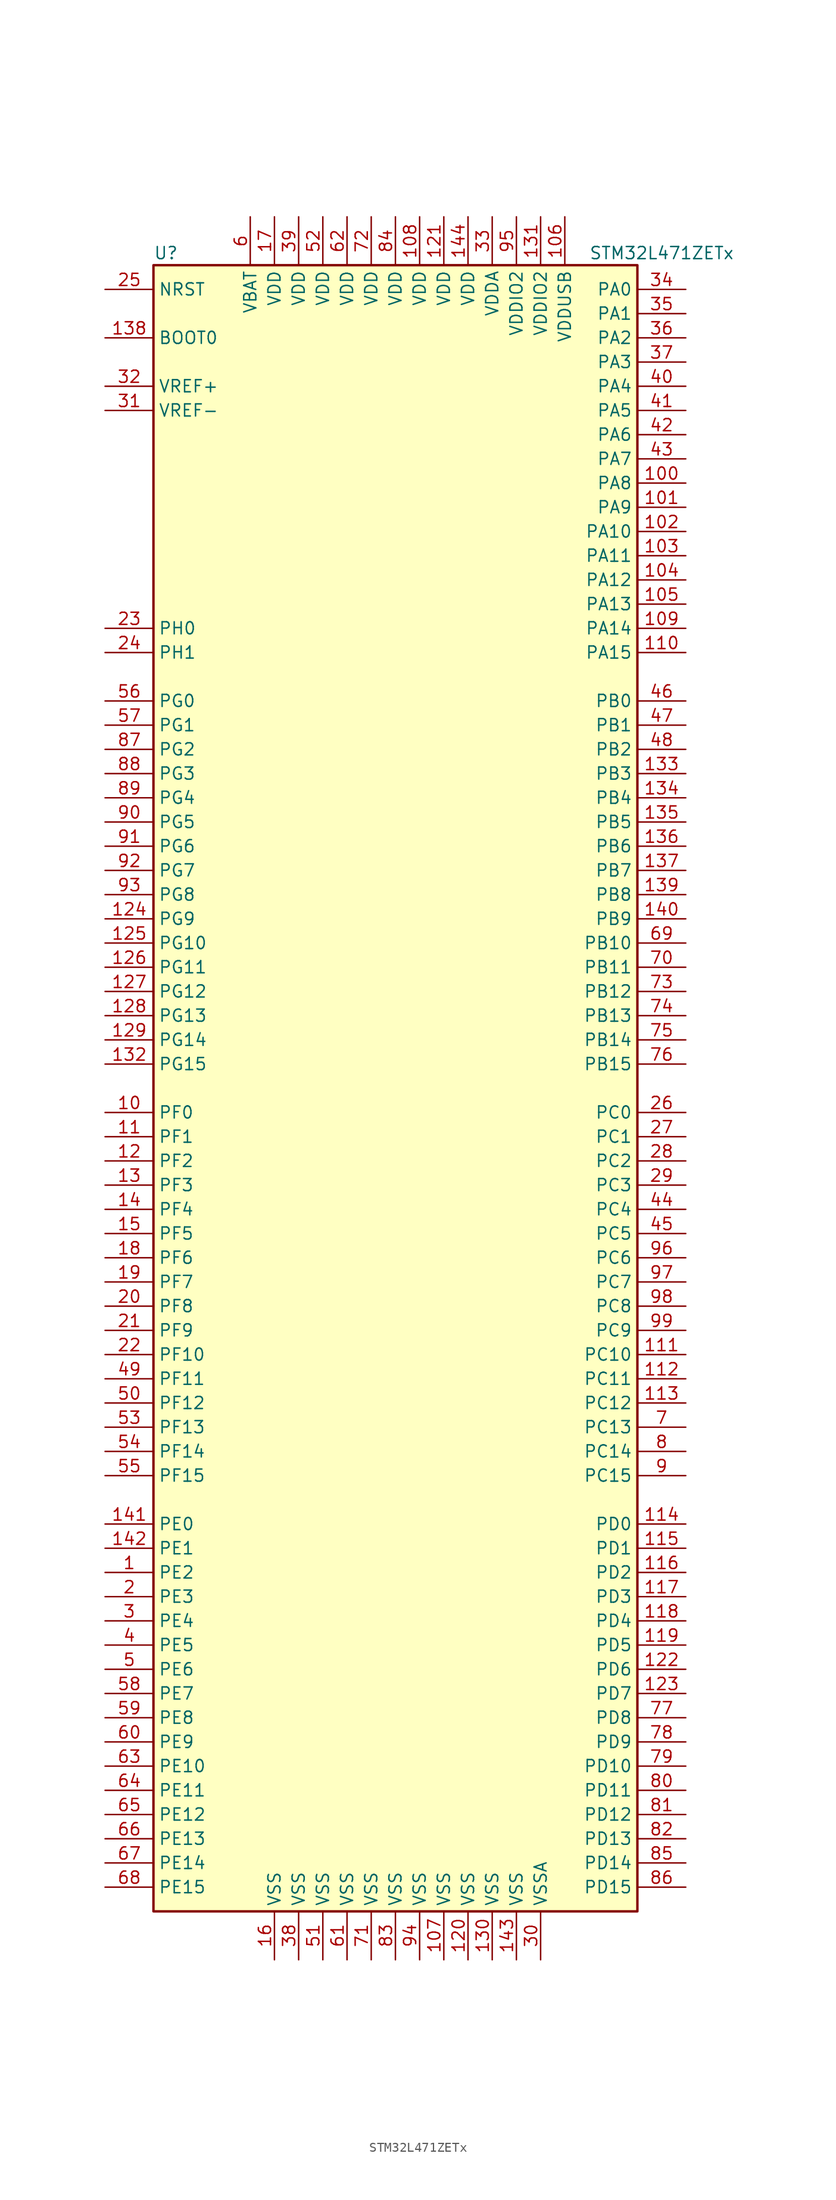
<source format=kicad_sym>
(kicad_symbol_lib
  (version 20201005)
  (generator kicad_symbol_editor)
  (symbol "STM32L471ZETx"
    (property "Reference" "U"
      (at -25.4 87.63 0)
      (effects (font (size 1.27 1.27)) (justify left)))
    (property "Value" "STM32L471ZETx"
      (at 20.32 87.63 0)
      (effects (font (size 1.27 1.27)) (justify left)))
    (symbol "STM32L471ZETx_0_1"
      (rectangle (start -25.4 -86.36) (end 25.4 86.36) (stroke (width 0.254)) (fill (type background))))
    (symbol "STM32L471ZETx_1_1"
      (pin input line (at -30.48 78.74 0) (length 5.08) (name "BOOT0" (effects (font (size 1.27 1.27)))) (number "138" (effects (font (size 1.27 1.27)))))
      (pin input line (at -30.48 83.82 0) (length 5.08) (name "NRST" (effects (font (size 1.27 1.27)))) (number "25" (effects (font (size 1.27 1.27)))))
      (pin bidirectional line (at 30.48 83.82 180) (length 5.08) (name "PA0" (effects (font (size 1.27 1.27)))) (number "34" (effects (font (size 1.27 1.27)))))
      (pin bidirectional line (at 30.48 81.28 180) (length 5.08) (name "PA1" (effects (font (size 1.27 1.27)))) (number "35" (effects (font (size 1.27 1.27)))))
      (pin bidirectional line (at 30.48 58.42 180) (length 5.08) (name "PA10" (effects (font (size 1.27 1.27)))) (number "102" (effects (font (size 1.27 1.27)))))
      (pin bidirectional line (at 30.48 55.88 180) (length 5.08) (name "PA11" (effects (font (size 1.27 1.27)))) (number "103" (effects (font (size 1.27 1.27)))))
      (pin bidirectional line (at 30.48 53.34 180) (length 5.08) (name "PA12" (effects (font (size 1.27 1.27)))) (number "104" (effects (font (size 1.27 1.27)))))
      (pin bidirectional line (at 30.48 50.8 180) (length 5.08) (name "PA13" (effects (font (size 1.27 1.27)))) (number "105" (effects (font (size 1.27 1.27)))))
      (pin bidirectional line (at 30.48 48.26 180) (length 5.08) (name "PA14" (effects (font (size 1.27 1.27)))) (number "109" (effects (font (size 1.27 1.27)))))
      (pin bidirectional line (at 30.48 45.72 180) (length 5.08) (name "PA15" (effects (font (size 1.27 1.27)))) (number "110" (effects (font (size 1.27 1.27)))))
      (pin bidirectional line (at 30.48 78.74 180) (length 5.08) (name "PA2" (effects (font (size 1.27 1.27)))) (number "36" (effects (font (size 1.27 1.27)))))
      (pin bidirectional line (at 30.48 76.2 180) (length 5.08) (name "PA3" (effects (font (size 1.27 1.27)))) (number "37" (effects (font (size 1.27 1.27)))))
      (pin bidirectional line (at 30.48 73.66 180) (length 5.08) (name "PA4" (effects (font (size 1.27 1.27)))) (number "40" (effects (font (size 1.27 1.27)))))
      (pin bidirectional line (at 30.48 71.12 180) (length 5.08) (name "PA5" (effects (font (size 1.27 1.27)))) (number "41" (effects (font (size 1.27 1.27)))))
      (pin bidirectional line (at 30.48 68.58 180) (length 5.08) (name "PA6" (effects (font (size 1.27 1.27)))) (number "42" (effects (font (size 1.27 1.27)))))
      (pin bidirectional line (at 30.48 66.04 180) (length 5.08) (name "PA7" (effects (font (size 1.27 1.27)))) (number "43" (effects (font (size 1.27 1.27)))))
      (pin bidirectional line (at 30.48 63.5 180) (length 5.08) (name "PA8" (effects (font (size 1.27 1.27)))) (number "100" (effects (font (size 1.27 1.27)))))
      (pin bidirectional line (at 30.48 60.96 180) (length 5.08) (name "PA9" (effects (font (size 1.27 1.27)))) (number "101" (effects (font (size 1.27 1.27)))))
      (pin bidirectional line (at 30.48 40.64 180) (length 5.08) (name "PB0" (effects (font (size 1.27 1.27)))) (number "46" (effects (font (size 1.27 1.27)))))
      (pin bidirectional line (at 30.48 38.1 180) (length 5.08) (name "PB1" (effects (font (size 1.27 1.27)))) (number "47" (effects (font (size 1.27 1.27)))))
      (pin bidirectional line (at 30.48 15.24 180) (length 5.08) (name "PB10" (effects (font (size 1.27 1.27)))) (number "69" (effects (font (size 1.27 1.27)))))
      (pin bidirectional line (at 30.48 12.7 180) (length 5.08) (name "PB11" (effects (font (size 1.27 1.27)))) (number "70" (effects (font (size 1.27 1.27)))))
      (pin bidirectional line (at 30.48 10.16 180) (length 5.08) (name "PB12" (effects (font (size 1.27 1.27)))) (number "73" (effects (font (size 1.27 1.27)))))
      (pin bidirectional line (at 30.48 7.62 180) (length 5.08) (name "PB13" (effects (font (size 1.27 1.27)))) (number "74" (effects (font (size 1.27 1.27)))))
      (pin bidirectional line (at 30.48 5.08 180) (length 5.08) (name "PB14" (effects (font (size 1.27 1.27)))) (number "75" (effects (font (size 1.27 1.27)))))
      (pin bidirectional line (at 30.48 2.54 180) (length 5.08) (name "PB15" (effects (font (size 1.27 1.27)))) (number "76" (effects (font (size 1.27 1.27)))))
      (pin bidirectional line (at 30.48 35.56 180) (length 5.08) (name "PB2" (effects (font (size 1.27 1.27)))) (number "48" (effects (font (size 1.27 1.27)))))
      (pin bidirectional line (at 30.48 33.02 180) (length 5.08) (name "PB3" (effects (font (size 1.27 1.27)))) (number "133" (effects (font (size 1.27 1.27)))))
      (pin bidirectional line (at 30.48 30.48 180) (length 5.08) (name "PB4" (effects (font (size 1.27 1.27)))) (number "134" (effects (font (size 1.27 1.27)))))
      (pin bidirectional line (at 30.48 27.94 180) (length 5.08) (name "PB5" (effects (font (size 1.27 1.27)))) (number "135" (effects (font (size 1.27 1.27)))))
      (pin bidirectional line (at 30.48 25.4 180) (length 5.08) (name "PB6" (effects (font (size 1.27 1.27)))) (number "136" (effects (font (size 1.27 1.27)))))
      (pin bidirectional line (at 30.48 22.86 180) (length 5.08) (name "PB7" (effects (font (size 1.27 1.27)))) (number "137" (effects (font (size 1.27 1.27)))))
      (pin bidirectional line (at 30.48 20.32 180) (length 5.08) (name "PB8" (effects (font (size 1.27 1.27)))) (number "139" (effects (font (size 1.27 1.27)))))
      (pin bidirectional line (at 30.48 17.78 180) (length 5.08) (name "PB9" (effects (font (size 1.27 1.27)))) (number "140" (effects (font (size 1.27 1.27)))))
      (pin bidirectional line (at 30.48 -2.54 180) (length 5.08) (name "PC0" (effects (font (size 1.27 1.27)))) (number "26" (effects (font (size 1.27 1.27)))))
      (pin bidirectional line (at 30.48 -5.08 180) (length 5.08) (name "PC1" (effects (font (size 1.27 1.27)))) (number "27" (effects (font (size 1.27 1.27)))))
      (pin bidirectional line (at 30.48 -27.94 180) (length 5.08) (name "PC10" (effects (font (size 1.27 1.27)))) (number "111" (effects (font (size 1.27 1.27)))))
      (pin bidirectional line (at 30.48 -30.48 180) (length 5.08) (name "PC11" (effects (font (size 1.27 1.27)))) (number "112" (effects (font (size 1.27 1.27)))))
      (pin bidirectional line (at 30.48 -33.02 180) (length 5.08) (name "PC12" (effects (font (size 1.27 1.27)))) (number "113" (effects (font (size 1.27 1.27)))))
      (pin bidirectional line (at 30.48 -35.56 180) (length 5.08) (name "PC13" (effects (font (size 1.27 1.27)))) (number "7" (effects (font (size 1.27 1.27)))))
      (pin bidirectional line (at 30.48 -38.1 180) (length 5.08) (name "PC14" (effects (font (size 1.27 1.27)))) (number "8" (effects (font (size 1.27 1.27)))))
      (pin bidirectional line (at 30.48 -40.64 180) (length 5.08) (name "PC15" (effects (font (size 1.27 1.27)))) (number "9" (effects (font (size 1.27 1.27)))))
      (pin bidirectional line (at 30.48 -7.62 180) (length 5.08) (name "PC2" (effects (font (size 1.27 1.27)))) (number "28" (effects (font (size 1.27 1.27)))))
      (pin bidirectional line (at 30.48 -10.16 180) (length 5.08) (name "PC3" (effects (font (size 1.27 1.27)))) (number "29" (effects (font (size 1.27 1.27)))))
      (pin bidirectional line (at 30.48 -12.7 180) (length 5.08) (name "PC4" (effects (font (size 1.27 1.27)))) (number "44" (effects (font (size 1.27 1.27)))))
      (pin bidirectional line (at 30.48 -15.24 180) (length 5.08) (name "PC5" (effects (font (size 1.27 1.27)))) (number "45" (effects (font (size 1.27 1.27)))))
      (pin bidirectional line (at 30.48 -17.78 180) (length 5.08) (name "PC6" (effects (font (size 1.27 1.27)))) (number "96" (effects (font (size 1.27 1.27)))))
      (pin bidirectional line (at 30.48 -20.32 180) (length 5.08) (name "PC7" (effects (font (size 1.27 1.27)))) (number "97" (effects (font (size 1.27 1.27)))))
      (pin bidirectional line (at 30.48 -22.86 180) (length 5.08) (name "PC8" (effects (font (size 1.27 1.27)))) (number "98" (effects (font (size 1.27 1.27)))))
      (pin bidirectional line (at 30.48 -25.4 180) (length 5.08) (name "PC9" (effects (font (size 1.27 1.27)))) (number "99" (effects (font (size 1.27 1.27)))))
      (pin bidirectional line (at 30.48 -45.72 180) (length 5.08) (name "PD0" (effects (font (size 1.27 1.27)))) (number "114" (effects (font (size 1.27 1.27)))))
      (pin bidirectional line (at 30.48 -48.26 180) (length 5.08) (name "PD1" (effects (font (size 1.27 1.27)))) (number "115" (effects (font (size 1.27 1.27)))))
      (pin bidirectional line (at 30.48 -71.12 180) (length 5.08) (name "PD10" (effects (font (size 1.27 1.27)))) (number "79" (effects (font (size 1.27 1.27)))))
      (pin bidirectional line (at 30.48 -73.66 180) (length 5.08) (name "PD11" (effects (font (size 1.27 1.27)))) (number "80" (effects (font (size 1.27 1.27)))))
      (pin bidirectional line (at 30.48 -76.2 180) (length 5.08) (name "PD12" (effects (font (size 1.27 1.27)))) (number "81" (effects (font (size 1.27 1.27)))))
      (pin bidirectional line (at 30.48 -78.74 180) (length 5.08) (name "PD13" (effects (font (size 1.27 1.27)))) (number "82" (effects (font (size 1.27 1.27)))))
      (pin bidirectional line (at 30.48 -81.28 180) (length 5.08) (name "PD14" (effects (font (size 1.27 1.27)))) (number "85" (effects (font (size 1.27 1.27)))))
      (pin bidirectional line (at 30.48 -83.82 180) (length 5.08) (name "PD15" (effects (font (size 1.27 1.27)))) (number "86" (effects (font (size 1.27 1.27)))))
      (pin bidirectional line (at 30.48 -50.8 180) (length 5.08) (name "PD2" (effects (font (size 1.27 1.27)))) (number "116" (effects (font (size 1.27 1.27)))))
      (pin bidirectional line (at 30.48 -53.34 180) (length 5.08) (name "PD3" (effects (font (size 1.27 1.27)))) (number "117" (effects (font (size 1.27 1.27)))))
      (pin bidirectional line (at 30.48 -55.88 180) (length 5.08) (name "PD4" (effects (font (size 1.27 1.27)))) (number "118" (effects (font (size 1.27 1.27)))))
      (pin bidirectional line (at 30.48 -58.42 180) (length 5.08) (name "PD5" (effects (font (size 1.27 1.27)))) (number "119" (effects (font (size 1.27 1.27)))))
      (pin bidirectional line (at 30.48 -60.96 180) (length 5.08) (name "PD6" (effects (font (size 1.27 1.27)))) (number "122" (effects (font (size 1.27 1.27)))))
      (pin bidirectional line (at 30.48 -63.5 180) (length 5.08) (name "PD7" (effects (font (size 1.27 1.27)))) (number "123" (effects (font (size 1.27 1.27)))))
      (pin bidirectional line (at 30.48 -66.04 180) (length 5.08) (name "PD8" (effects (font (size 1.27 1.27)))) (number "77" (effects (font (size 1.27 1.27)))))
      (pin bidirectional line (at 30.48 -68.58 180) (length 5.08) (name "PD9" (effects (font (size 1.27 1.27)))) (number "78" (effects (font (size 1.27 1.27)))))
      (pin bidirectional line (at -30.48 -45.72 0) (length 5.08) (name "PE0" (effects (font (size 1.27 1.27)))) (number "141" (effects (font (size 1.27 1.27)))))
      (pin bidirectional line (at -30.48 -48.26 0) (length 5.08) (name "PE1" (effects (font (size 1.27 1.27)))) (number "142" (effects (font (size 1.27 1.27)))))
      (pin bidirectional line (at -30.48 -71.12 0) (length 5.08) (name "PE10" (effects (font (size 1.27 1.27)))) (number "63" (effects (font (size 1.27 1.27)))))
      (pin bidirectional line (at -30.48 -73.66 0) (length 5.08) (name "PE11" (effects (font (size 1.27 1.27)))) (number "64" (effects (font (size 1.27 1.27)))))
      (pin bidirectional line (at -30.48 -76.2 0) (length 5.08) (name "PE12" (effects (font (size 1.27 1.27)))) (number "65" (effects (font (size 1.27 1.27)))))
      (pin bidirectional line (at -30.48 -78.74 0) (length 5.08) (name "PE13" (effects (font (size 1.27 1.27)))) (number "66" (effects (font (size 1.27 1.27)))))
      (pin bidirectional line (at -30.48 -81.28 0) (length 5.08) (name "PE14" (effects (font (size 1.27 1.27)))) (number "67" (effects (font (size 1.27 1.27)))))
      (pin bidirectional line (at -30.48 -83.82 0) (length 5.08) (name "PE15" (effects (font (size 1.27 1.27)))) (number "68" (effects (font (size 1.27 1.27)))))
      (pin bidirectional line (at -30.48 -50.8 0) (length 5.08) (name "PE2" (effects (font (size 1.27 1.27)))) (number "1" (effects (font (size 1.27 1.27)))))
      (pin bidirectional line (at -30.48 -53.34 0) (length 5.08) (name "PE3" (effects (font (size 1.27 1.27)))) (number "2" (effects (font (size 1.27 1.27)))))
      (pin bidirectional line (at -30.48 -55.88 0) (length 5.08) (name "PE4" (effects (font (size 1.27 1.27)))) (number "3" (effects (font (size 1.27 1.27)))))
      (pin bidirectional line (at -30.48 -58.42 0) (length 5.08) (name "PE5" (effects (font (size 1.27 1.27)))) (number "4" (effects (font (size 1.27 1.27)))))
      (pin bidirectional line (at -30.48 -60.96 0) (length 5.08) (name "PE6" (effects (font (size 1.27 1.27)))) (number "5" (effects (font (size 1.27 1.27)))))
      (pin bidirectional line (at -30.48 -63.5 0) (length 5.08) (name "PE7" (effects (font (size 1.27 1.27)))) (number "58" (effects (font (size 1.27 1.27)))))
      (pin bidirectional line (at -30.48 -66.04 0) (length 5.08) (name "PE8" (effects (font (size 1.27 1.27)))) (number "59" (effects (font (size 1.27 1.27)))))
      (pin bidirectional line (at -30.48 -68.58 0) (length 5.08) (name "PE9" (effects (font (size 1.27 1.27)))) (number "60" (effects (font (size 1.27 1.27)))))
      (pin bidirectional line (at -30.48 -2.54 0) (length 5.08) (name "PF0" (effects (font (size 1.27 1.27)))) (number "10" (effects (font (size 1.27 1.27)))))
      (pin bidirectional line (at -30.48 -5.08 0) (length 5.08) (name "PF1" (effects (font (size 1.27 1.27)))) (number "11" (effects (font (size 1.27 1.27)))))
      (pin bidirectional line (at -30.48 -27.94 0) (length 5.08) (name "PF10" (effects (font (size 1.27 1.27)))) (number "22" (effects (font (size 1.27 1.27)))))
      (pin bidirectional line (at -30.48 -30.48 0) (length 5.08) (name "PF11" (effects (font (size 1.27 1.27)))) (number "49" (effects (font (size 1.27 1.27)))))
      (pin bidirectional line (at -30.48 -33.02 0) (length 5.08) (name "PF12" (effects (font (size 1.27 1.27)))) (number "50" (effects (font (size 1.27 1.27)))))
      (pin bidirectional line (at -30.48 -35.56 0) (length 5.08) (name "PF13" (effects (font (size 1.27 1.27)))) (number "53" (effects (font (size 1.27 1.27)))))
      (pin bidirectional line (at -30.48 -38.1 0) (length 5.08) (name "PF14" (effects (font (size 1.27 1.27)))) (number "54" (effects (font (size 1.27 1.27)))))
      (pin bidirectional line (at -30.48 -40.64 0) (length 5.08) (name "PF15" (effects (font (size 1.27 1.27)))) (number "55" (effects (font (size 1.27 1.27)))))
      (pin bidirectional line (at -30.48 -7.62 0) (length 5.08) (name "PF2" (effects (font (size 1.27 1.27)))) (number "12" (effects (font (size 1.27 1.27)))))
      (pin bidirectional line (at -30.48 -10.16 0) (length 5.08) (name "PF3" (effects (font (size 1.27 1.27)))) (number "13" (effects (font (size 1.27 1.27)))))
      (pin bidirectional line (at -30.48 -12.7 0) (length 5.08) (name "PF4" (effects (font (size 1.27 1.27)))) (number "14" (effects (font (size 1.27 1.27)))))
      (pin bidirectional line (at -30.48 -15.24 0) (length 5.08) (name "PF5" (effects (font (size 1.27 1.27)))) (number "15" (effects (font (size 1.27 1.27)))))
      (pin bidirectional line (at -30.48 -17.78 0) (length 5.08) (name "PF6" (effects (font (size 1.27 1.27)))) (number "18" (effects (font (size 1.27 1.27)))))
      (pin bidirectional line (at -30.48 -20.32 0) (length 5.08) (name "PF7" (effects (font (size 1.27 1.27)))) (number "19" (effects (font (size 1.27 1.27)))))
      (pin bidirectional line (at -30.48 -22.86 0) (length 5.08) (name "PF8" (effects (font (size 1.27 1.27)))) (number "20" (effects (font (size 1.27 1.27)))))
      (pin bidirectional line (at -30.48 -25.4 0) (length 5.08) (name "PF9" (effects (font (size 1.27 1.27)))) (number "21" (effects (font (size 1.27 1.27)))))
      (pin bidirectional line (at -30.48 40.64 0) (length 5.08) (name "PG0" (effects (font (size 1.27 1.27)))) (number "56" (effects (font (size 1.27 1.27)))))
      (pin bidirectional line (at -30.48 38.1 0) (length 5.08) (name "PG1" (effects (font (size 1.27 1.27)))) (number "57" (effects (font (size 1.27 1.27)))))
      (pin bidirectional line (at -30.48 15.24 0) (length 5.08) (name "PG10" (effects (font (size 1.27 1.27)))) (number "125" (effects (font (size 1.27 1.27)))))
      (pin bidirectional line (at -30.48 12.7 0) (length 5.08) (name "PG11" (effects (font (size 1.27 1.27)))) (number "126" (effects (font (size 1.27 1.27)))))
      (pin bidirectional line (at -30.48 10.16 0) (length 5.08) (name "PG12" (effects (font (size 1.27 1.27)))) (number "127" (effects (font (size 1.27 1.27)))))
      (pin bidirectional line (at -30.48 7.62 0) (length 5.08) (name "PG13" (effects (font (size 1.27 1.27)))) (number "128" (effects (font (size 1.27 1.27)))))
      (pin bidirectional line (at -30.48 5.08 0) (length 5.08) (name "PG14" (effects (font (size 1.27 1.27)))) (number "129" (effects (font (size 1.27 1.27)))))
      (pin bidirectional line (at -30.48 2.54 0) (length 5.08) (name "PG15" (effects (font (size 1.27 1.27)))) (number "132" (effects (font (size 1.27 1.27)))))
      (pin bidirectional line (at -30.48 35.56 0) (length 5.08) (name "PG2" (effects (font (size 1.27 1.27)))) (number "87" (effects (font (size 1.27 1.27)))))
      (pin bidirectional line (at -30.48 33.02 0) (length 5.08) (name "PG3" (effects (font (size 1.27 1.27)))) (number "88" (effects (font (size 1.27 1.27)))))
      (pin bidirectional line (at -30.48 30.48 0) (length 5.08) (name "PG4" (effects (font (size 1.27 1.27)))) (number "89" (effects (font (size 1.27 1.27)))))
      (pin bidirectional line (at -30.48 27.94 0) (length 5.08) (name "PG5" (effects (font (size 1.27 1.27)))) (number "90" (effects (font (size 1.27 1.27)))))
      (pin bidirectional line (at -30.48 25.4 0) (length 5.08) (name "PG6" (effects (font (size 1.27 1.27)))) (number "91" (effects (font (size 1.27 1.27)))))
      (pin bidirectional line (at -30.48 22.86 0) (length 5.08) (name "PG7" (effects (font (size 1.27 1.27)))) (number "92" (effects (font (size 1.27 1.27)))))
      (pin bidirectional line (at -30.48 20.32 0) (length 5.08) (name "PG8" (effects (font (size 1.27 1.27)))) (number "93" (effects (font (size 1.27 1.27)))))
      (pin bidirectional line (at -30.48 17.78 0) (length 5.08) (name "PG9" (effects (font (size 1.27 1.27)))) (number "124" (effects (font (size 1.27 1.27)))))
      (pin input line (at -30.48 48.26 0) (length 5.08) (name "PH0" (effects (font (size 1.27 1.27)))) (number "23" (effects (font (size 1.27 1.27)))))
      (pin input line (at -30.48 45.72 0) (length 5.08) (name "PH1" (effects (font (size 1.27 1.27)))) (number "24" (effects (font (size 1.27 1.27)))))
      (pin power_in line (at -15.24 91.44 270) (length 5.08) (name "VBAT" (effects (font (size 1.27 1.27)))) (number "6" (effects (font (size 1.27 1.27)))))
      (pin power_in line (at 2.54 91.44 270) (length 5.08) (name "VDD" (effects (font (size 1.27 1.27)))) (number "108" (effects (font (size 1.27 1.27)))))
      (pin power_in line (at 5.08 91.44 270) (length 5.08) (name "VDD" (effects (font (size 1.27 1.27)))) (number "121" (effects (font (size 1.27 1.27)))))
      (pin power_in line (at 7.62 91.44 270) (length 5.08) (name "VDD" (effects (font (size 1.27 1.27)))) (number "144" (effects (font (size 1.27 1.27)))))
      (pin power_in line (at -12.7 91.44 270) (length 5.08) (name "VDD" (effects (font (size 1.27 1.27)))) (number "17" (effects (font (size 1.27 1.27)))))
      (pin power_in line (at -10.16 91.44 270) (length 5.08) (name "VDD" (effects (font (size 1.27 1.27)))) (number "39" (effects (font (size 1.27 1.27)))))
      (pin power_in line (at -7.62 91.44 270) (length 5.08) (name "VDD" (effects (font (size 1.27 1.27)))) (number "52" (effects (font (size 1.27 1.27)))))
      (pin power_in line (at -5.08 91.44 270) (length 5.08) (name "VDD" (effects (font (size 1.27 1.27)))) (number "62" (effects (font (size 1.27 1.27)))))
      (pin power_in line (at -2.54 91.44 270) (length 5.08) (name "VDD" (effects (font (size 1.27 1.27)))) (number "72" (effects (font (size 1.27 1.27)))))
      (pin power_in line (at 0 91.44 270) (length 5.08) (name "VDD" (effects (font (size 1.27 1.27)))) (number "84" (effects (font (size 1.27 1.27)))))
      (pin power_in line (at 10.16 91.44 270) (length 5.08) (name "VDDA" (effects (font (size 1.27 1.27)))) (number "33" (effects (font (size 1.27 1.27)))))
      (pin power_in line (at 15.24 91.44 270) (length 5.08) (name "VDDIO2" (effects (font (size 1.27 1.27)))) (number "131" (effects (font (size 1.27 1.27)))))
      (pin power_in line (at 12.7 91.44 270) (length 5.08) (name "VDDIO2" (effects (font (size 1.27 1.27)))) (number "95" (effects (font (size 1.27 1.27)))))
      (pin power_in line (at 17.78 91.44 270) (length 5.08) (name "VDDUSB" (effects (font (size 1.27 1.27)))) (number "106" (effects (font (size 1.27 1.27)))))
      (pin bidirectional line (at -30.48 73.66 0) (length 5.08) (name "VREF+" (effects (font (size 1.27 1.27)))) (number "32" (effects (font (size 1.27 1.27)))))
      (pin power_in line (at -30.48 71.12 0) (length 5.08) (name "VREF-" (effects (font (size 1.27 1.27)))) (number "31" (effects (font (size 1.27 1.27)))))
      (pin power_in line (at 5.08 -91.44 90) (length 5.08) (name "VSS" (effects (font (size 1.27 1.27)))) (number "107" (effects (font (size 1.27 1.27)))))
      (pin power_in line (at 7.62 -91.44 90) (length 5.08) (name "VSS" (effects (font (size 1.27 1.27)))) (number "120" (effects (font (size 1.27 1.27)))))
      (pin power_in line (at 10.16 -91.44 90) (length 5.08) (name "VSS" (effects (font (size 1.27 1.27)))) (number "130" (effects (font (size 1.27 1.27)))))
      (pin power_in line (at 12.7 -91.44 90) (length 5.08) (name "VSS" (effects (font (size 1.27 1.27)))) (number "143" (effects (font (size 1.27 1.27)))))
      (pin power_in line (at -12.7 -91.44 90) (length 5.08) (name "VSS" (effects (font (size 1.27 1.27)))) (number "16" (effects (font (size 1.27 1.27)))))
      (pin power_in line (at -10.16 -91.44 90) (length 5.08) (name "VSS" (effects (font (size 1.27 1.27)))) (number "38" (effects (font (size 1.27 1.27)))))
      (pin power_in line (at -7.62 -91.44 90) (length 5.08) (name "VSS" (effects (font (size 1.27 1.27)))) (number "51" (effects (font (size 1.27 1.27)))))
      (pin power_in line (at -5.08 -91.44 90) (length 5.08) (name "VSS" (effects (font (size 1.27 1.27)))) (number "61" (effects (font (size 1.27 1.27)))))
      (pin power_in line (at -2.54 -91.44 90) (length 5.08) (name "VSS" (effects (font (size 1.27 1.27)))) (number "71" (effects (font (size 1.27 1.27)))))
      (pin power_in line (at 0 -91.44 90) (length 5.08) (name "VSS" (effects (font (size 1.27 1.27)))) (number "83" (effects (font (size 1.27 1.27)))))
      (pin power_in line (at 2.54 -91.44 90) (length 5.08) (name "VSS" (effects (font (size 1.27 1.27)))) (number "94" (effects (font (size 1.27 1.27)))))
      (pin power_in line (at 15.24 -91.44 90) (length 5.08) (name "VSSA" (effects (font (size 1.27 1.27)))) (number "30" (effects (font (size 1.27 1.27))))))))
</source>
